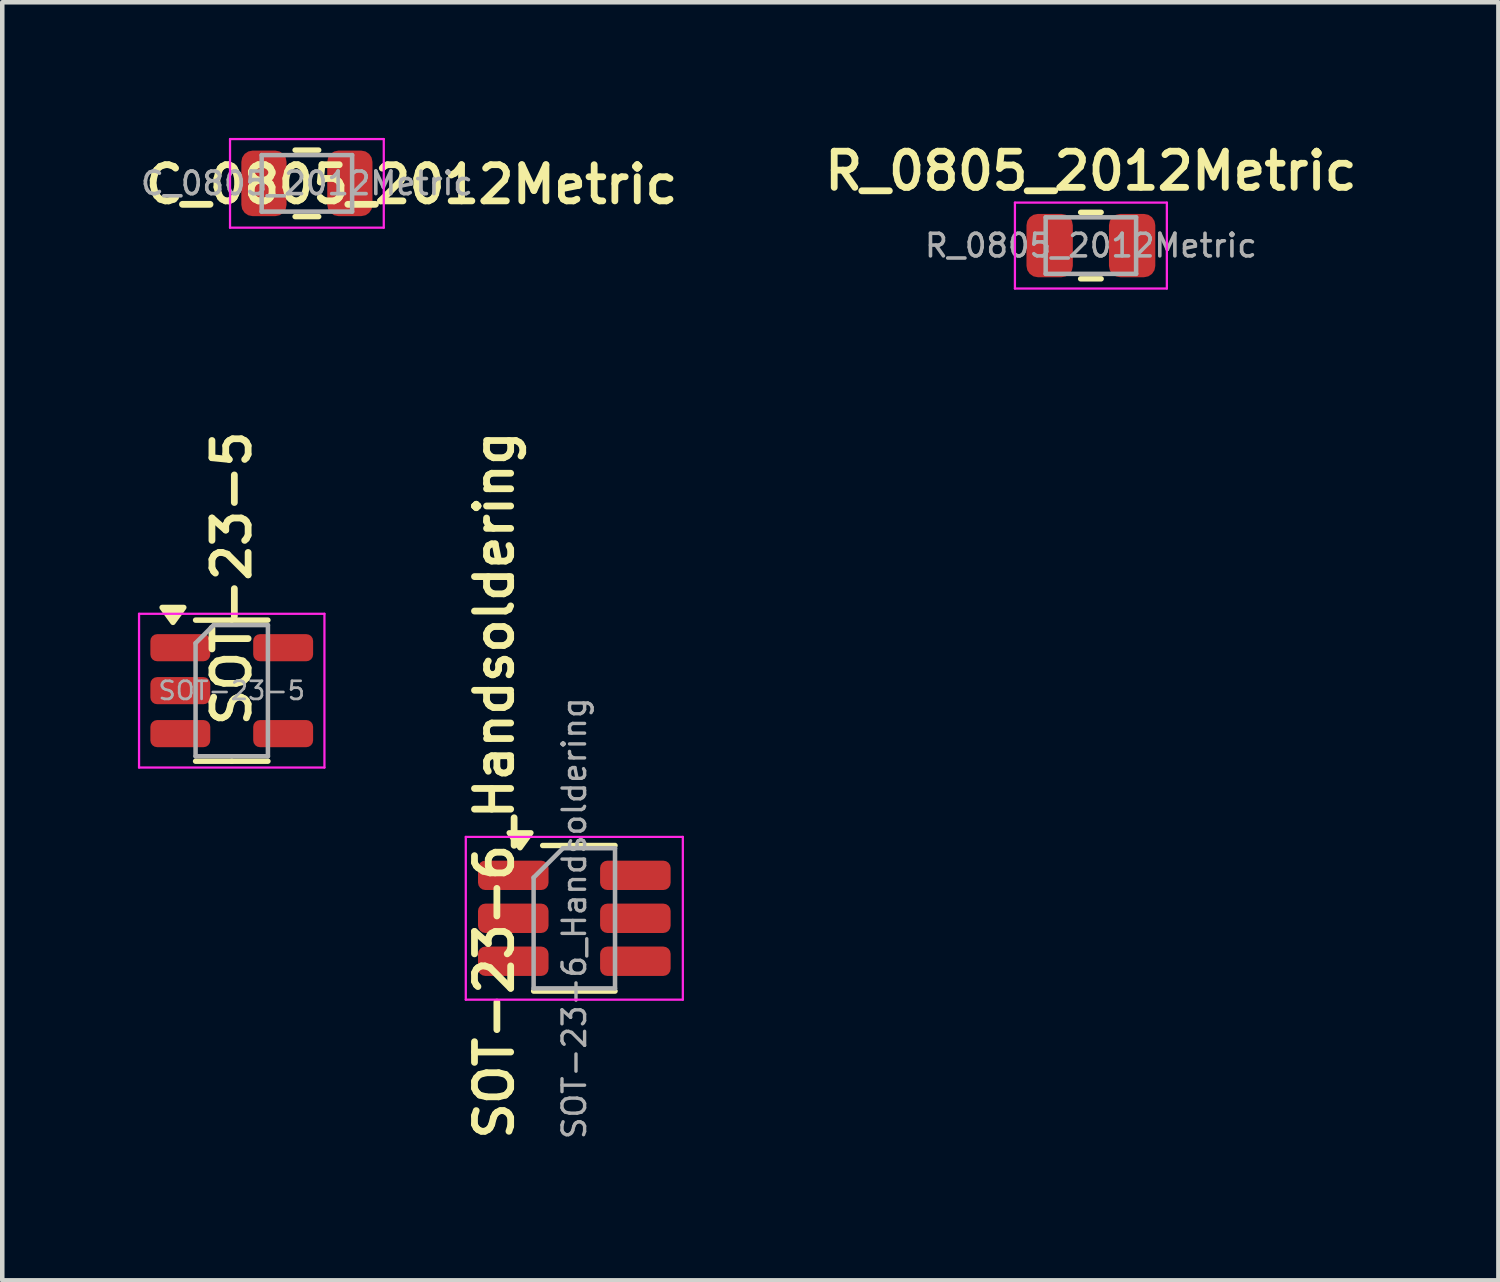
<source format=kicad_pcb>
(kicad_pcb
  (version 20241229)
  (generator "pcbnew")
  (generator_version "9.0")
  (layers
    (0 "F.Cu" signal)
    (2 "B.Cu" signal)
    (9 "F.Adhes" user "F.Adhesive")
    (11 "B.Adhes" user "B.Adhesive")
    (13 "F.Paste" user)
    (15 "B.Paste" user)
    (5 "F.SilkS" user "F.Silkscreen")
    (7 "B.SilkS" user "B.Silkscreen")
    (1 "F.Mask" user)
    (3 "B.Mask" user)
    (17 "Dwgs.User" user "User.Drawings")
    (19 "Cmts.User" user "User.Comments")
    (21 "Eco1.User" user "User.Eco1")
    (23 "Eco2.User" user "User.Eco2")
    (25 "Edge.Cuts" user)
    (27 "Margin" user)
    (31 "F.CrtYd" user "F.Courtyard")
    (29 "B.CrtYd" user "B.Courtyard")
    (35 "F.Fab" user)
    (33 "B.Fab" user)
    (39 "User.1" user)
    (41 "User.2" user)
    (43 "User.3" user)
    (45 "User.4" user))
  (footprint "R_0805_2012Metric"
    (layer "F.Cu")
    (at 21.075 2.381)
    (property "Reference" "R_0805_2012Metric" (at 0 -1.65 180) (layer "F.SilkS") (effects (font (size 0.8 0.8) (thickness 0.15))))
    (attr smd)
    (fp_line (start -0.227 -0.735) (end 0.227 -0.735) (stroke (width 0.12) (type solid)) (layer "F.SilkS"))
    (fp_line (start -0.227 0.735) (end 0.227 0.735) (stroke (width 0.12) (type solid)) (layer "F.SilkS"))
    (fp_line (start -1.68 -0.95) (end 1.68 -0.95) (stroke (width 0.05) (type solid)) (layer "F.CrtYd"))
    (fp_line (start -1.68 0.95) (end -1.68 -0.95) (stroke (width 0.05) (type solid)) (layer "F.CrtYd"))
    (fp_line (start 1.68 -0.95) (end 1.68 0.95) (stroke (width 0.05) (type solid)) (layer "F.CrtYd"))
    (fp_line (start 1.68 0.95) (end -1.68 0.95) (stroke (width 0.05) (type solid)) (layer "F.CrtYd"))
    (fp_line (start -1 -0.625) (end 1 -0.625) (stroke (width 0.1) (type solid)) (layer "F.Fab"))
    (fp_line (start -1 0.625) (end -1 -0.625) (stroke (width 0.1) (type solid)) (layer "F.Fab"))
    (fp_line (start 1 -0.625) (end 1 0.625) (stroke (width 0.1) (type solid)) (layer "F.Fab"))
    (fp_line (start 1 0.625) (end -1 0.625) (stroke (width 0.1) (type solid)) (layer "F.Fab"))
    (fp_text user "${REFERENCE}" (at 0 0 180) (layer "F.Fab") (effects (font (size 0.5 0.5) (thickness 0.08))))
    (pad "1" smd roundrect (at -0.912 0) (size 1.025 1.4) (layers "F.Cu" "F.Mask" "F.Paste") (roundrect_rratio 0.244))
    (pad "2" smd roundrect (at 0.912 0) (size 1.025 1.4) (layers "F.Cu" "F.Mask" "F.Paste") (roundrect_rratio 0.244)))
  (footprint "C_0805_2012Metric"
    (layer "F.Cu")
    (at 3.737 1.005)
    (property "Reference" "C_0805_2012Metric" (at 2.315 0.025 180) (layer "F.SilkS") (effects (font (size 0.8 0.8) (thickness 0.15))))
    (attr smd)
    (fp_line (start -0.261 -0.735) (end 0.261 -0.735) (stroke (width 0.12) (type solid)) (layer "F.SilkS"))
    (fp_line (start -0.261 0.735) (end 0.261 0.735) (stroke (width 0.12) (type solid)) (layer "F.SilkS"))
    (fp_line (start -1.7 -0.98) (end 1.7 -0.98) (stroke (width 0.05) (type solid)) (layer "F.CrtYd"))
    (fp_line (start -1.7 0.98) (end -1.7 -0.98) (stroke (width 0.05) (type solid)) (layer "F.CrtYd"))
    (fp_line (start 1.7 -0.98) (end 1.7 0.98) (stroke (width 0.05) (type solid)) (layer "F.CrtYd"))
    (fp_line (start 1.7 0.98) (end -1.7 0.98) (stroke (width 0.05) (type solid)) (layer "F.CrtYd"))
    (fp_line (start -1 -0.625) (end 1 -0.625) (stroke (width 0.1) (type solid)) (layer "F.Fab"))
    (fp_line (start -1 0.625) (end -1 -0.625) (stroke (width 0.1) (type solid)) (layer "F.Fab"))
    (fp_line (start 1 -0.625) (end 1 0.625) (stroke (width 0.1) (type solid)) (layer "F.Fab"))
    (fp_line (start 1 0.625) (end -1 0.625) (stroke (width 0.1) (type solid)) (layer "F.Fab"))
    (fp_text user "${REFERENCE}" (at 0 0 180) (layer "F.Fab") (effects (font (size 0.5 0.5) (thickness 0.08))))
    (pad "1" smd roundrect (at -0.95 0) (size 1 1.45) (layers "F.Cu" "F.Mask" "F.Paste") (roundrect_rratio 0.25))
    (pad "2" smd roundrect (at 0.95 0) (size 1 1.45) (layers "F.Cu" "F.Mask" "F.Paste") (roundrect_rratio 0.25)))
  (footprint "SOT-23-5"
    (layer "F.Cu")
    (at 2.075 12.224)
    (property "Reference" "SOT-23-5" (at 0 -2.485 270) (layer "F.SilkS") (effects (font (size 0.8 0.8) (thickness 0.15))))
    (attr smd)
    (fp_line (start 0 -1.56) (end -0.8 -1.56) (stroke (width 0.12) (type solid)) (layer "F.SilkS"))
    (fp_line (start 0 -1.56) (end 0.8 -1.56) (stroke (width 0.12) (type solid)) (layer "F.SilkS"))
    (fp_line (start 0 1.56) (end -0.8 1.56) (stroke (width 0.12) (type solid)) (layer "F.SilkS"))
    (fp_line (start 0 1.56) (end 0.8 1.56) (stroke (width 0.12) (type solid)) (layer "F.SilkS"))
    (fp_poly (pts (xy -1.3 -1.51) (xy -1.54 -1.84) (xy -1.06 -1.84) (xy -1.3 -1.51)) (stroke (width 0.12) (type solid)) (fill yes) (layer "F.SilkS"))
    (fp_line (start -2.05 -1.7) (end -2.05 1.7) (stroke (width 0.05) (type solid)) (layer "F.CrtYd"))
    (fp_line (start -2.05 1.7) (end 2.05 1.7) (stroke (width 0.05) (type solid)) (layer "F.CrtYd"))
    (fp_line (start 2.05 -1.7) (end -2.05 -1.7) (stroke (width 0.05) (type solid)) (layer "F.CrtYd"))
    (fp_line (start 2.05 1.7) (end 2.05 -1.7) (stroke (width 0.05) (type solid)) (layer "F.CrtYd"))
    (fp_line (start -0.8 -1.05) (end -0.4 -1.45) (stroke (width 0.1) (type solid)) (layer "F.Fab"))
    (fp_line (start -0.8 1.45) (end -0.8 -1.05) (stroke (width 0.1) (type solid)) (layer "F.Fab"))
    (fp_line (start -0.4 -1.45) (end 0.8 -1.45) (stroke (width 0.1) (type solid)) (layer "F.Fab"))
    (fp_line (start 0.8 -1.45) (end 0.8 1.45) (stroke (width 0.1) (type solid)) (layer "F.Fab"))
    (fp_line (start 0.8 1.45) (end -0.8 1.45) (stroke (width 0.1) (type solid)) (layer "F.Fab"))
    (fp_text user "${REFERENCE}" (at 0 0 180) (layer "F.Fab") (effects (font (size 0.4 0.4) (thickness 0.06))))
    (pad "1" smd roundrect (at -1.137 -0.95) (size 1.325 0.6) (layers "F.Cu" "F.Mask" "F.Paste") (roundrect_rratio 0.25))
    (pad "2" smd roundrect (at -1.137 0) (size 1.325 0.6) (layers "F.Cu" "F.Mask" "F.Paste") (roundrect_rratio 0.25))
    (pad "3" smd roundrect (at -1.137 0.95) (size 1.325 0.6) (layers "F.Cu" "F.Mask" "F.Paste") (roundrect_rratio 0.25))
    (pad "4" smd roundrect (at 1.137 0.95) (size 1.325 0.6) (layers "F.Cu" "F.Mask" "F.Paste") (roundrect_rratio 0.25))
    (pad "5" smd roundrect (at 1.137 -0.95) (size 1.325 0.6) (layers "F.Cu" "F.Mask" "F.Paste") (roundrect_rratio 0.25)))
  (footprint "SOT-23-6_Handsoldering"
    (layer "F.Cu")
    (at 9.651 17.258)
    (property "Reference" "SOT-23-6_Handsoldering" (at -1.77 -2.947 270) (layer "F.SilkS") (effects (font (size 0.8 0.8) (thickness 0.15))))
    (attr smd)
    (fp_line (start -0.9 1.61) (end 0.9 1.61) (stroke (width 0.12) (type solid)) (layer "F.SilkS"))
    (fp_line (start 0.1 -1.61) (end -0.7 -1.61) (stroke (width 0.12) (type solid)) (layer "F.SilkS"))
    (fp_line (start 0.1 -1.61) (end 0.9 -1.61) (stroke (width 0.12) (type solid)) (layer "F.SilkS"))
    (fp_poly (pts (xy -1.2 -1.56) (xy -1.44 -1.89) (xy -0.96 -1.89) (xy -1.2 -1.56)) (stroke (width 0.12) (type solid)) (fill yes) (layer "F.SilkS"))
    (fp_line (start -2.4 -1.8) (end 2.4 -1.8) (stroke (width 0.05) (type solid)) (layer "F.CrtYd"))
    (fp_line (start -2.4 1.8) (end -2.4 -1.8) (stroke (width 0.05) (type solid)) (layer "F.CrtYd"))
    (fp_line (start 2.4 -1.8) (end 2.4 1.8) (stroke (width 0.05) (type solid)) (layer "F.CrtYd"))
    (fp_line (start 2.4 1.8) (end -2.4 1.8) (stroke (width 0.05) (type solid)) (layer "F.CrtYd"))
    (fp_line (start -0.9 -0.9) (end -0.9 1.55) (stroke (width 0.1) (type solid)) (layer "F.Fab"))
    (fp_line (start -0.9 -0.9) (end -0.25 -1.55) (stroke (width 0.1) (type solid)) (layer "F.Fab"))
    (fp_line (start 0.9 -1.55) (end -0.25 -1.55) (stroke (width 0.1) (type solid)) (layer "F.Fab"))
    (fp_line (start 0.9 -1.55) (end 0.9 1.55) (stroke (width 0.1) (type solid)) (layer "F.Fab"))
    (fp_line (start 0.9 1.55) (end -0.9 1.55) (stroke (width 0.1) (type solid)) (layer "F.Fab"))
    (fp_text user "${REFERENCE}" (at 0 0 90) (layer "F.Fab") (effects (font (size 0.5 0.5) (thickness 0.075))))
    (pad "1" smd roundrect (at -1.35 -0.95) (size 1.56 0.65) (layers "F.Cu" "F.Mask" "F.Paste") (roundrect_rratio 0.25))
    (pad "2" smd roundrect (at -1.35 0) (size 1.56 0.65) (layers "F.Cu" "F.Mask" "F.Paste") (roundrect_rratio 0.25))
    (pad "3" smd roundrect (at -1.35 0.95) (size 1.56 0.65) (layers "F.Cu" "F.Mask" "F.Paste") (roundrect_rratio 0.25))
    (pad "4" smd roundrect (at 1.35 0.95) (size 1.56 0.65) (layers "F.Cu" "F.Mask" "F.Paste") (roundrect_rratio 0.25))
    (pad "5" smd roundrect (at 1.35 0) (size 1.56 0.65) (layers "F.Cu" "F.Mask" "F.Paste") (roundrect_rratio 0.25))
    (pad "6" smd roundrect (at 1.35 -0.95) (size 1.56 0.65) (layers "F.Cu" "F.Mask" "F.Paste") (roundrect_rratio 0.25)))
  (gr_rect
    (start -3 -3)
    (end 30.087 25.265)
    (stroke (width 0.1) (type default))
    (fill no)
    (layer "Edge.Cuts")))
</source>
